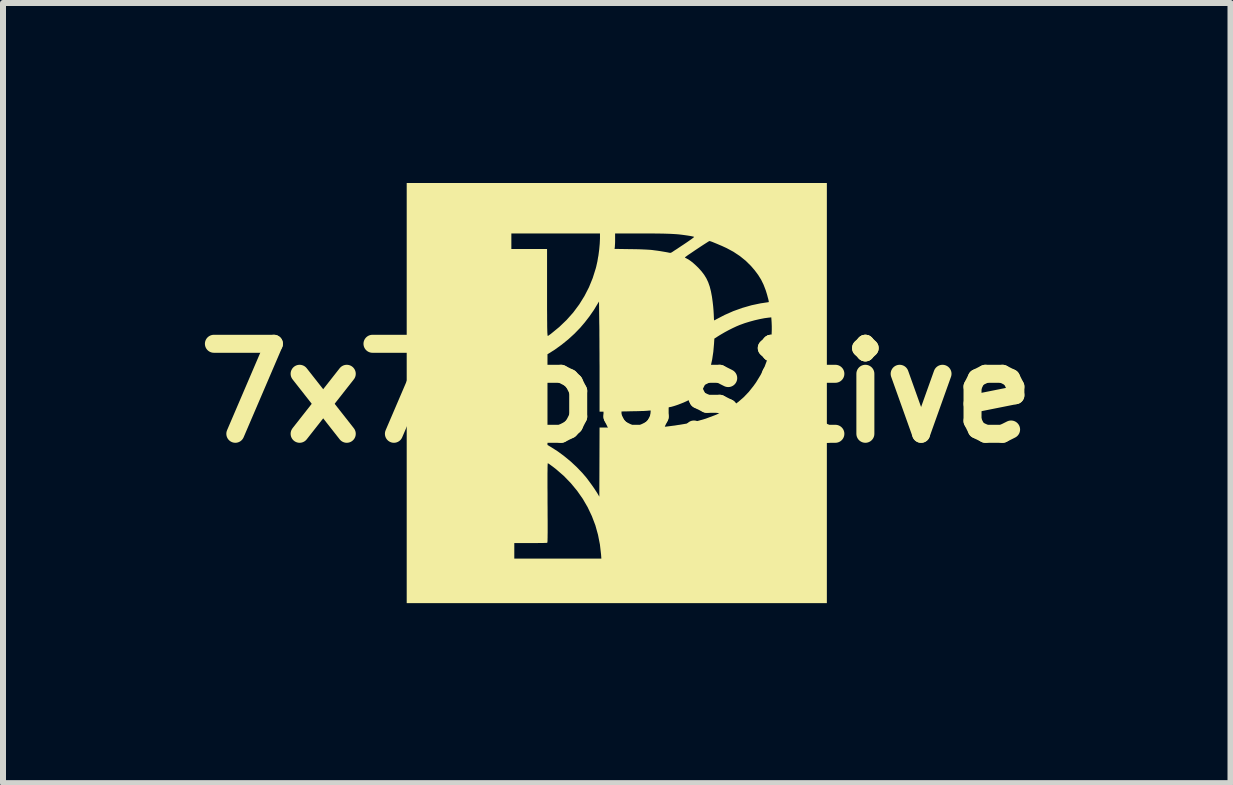
<source format=kicad_pcb>
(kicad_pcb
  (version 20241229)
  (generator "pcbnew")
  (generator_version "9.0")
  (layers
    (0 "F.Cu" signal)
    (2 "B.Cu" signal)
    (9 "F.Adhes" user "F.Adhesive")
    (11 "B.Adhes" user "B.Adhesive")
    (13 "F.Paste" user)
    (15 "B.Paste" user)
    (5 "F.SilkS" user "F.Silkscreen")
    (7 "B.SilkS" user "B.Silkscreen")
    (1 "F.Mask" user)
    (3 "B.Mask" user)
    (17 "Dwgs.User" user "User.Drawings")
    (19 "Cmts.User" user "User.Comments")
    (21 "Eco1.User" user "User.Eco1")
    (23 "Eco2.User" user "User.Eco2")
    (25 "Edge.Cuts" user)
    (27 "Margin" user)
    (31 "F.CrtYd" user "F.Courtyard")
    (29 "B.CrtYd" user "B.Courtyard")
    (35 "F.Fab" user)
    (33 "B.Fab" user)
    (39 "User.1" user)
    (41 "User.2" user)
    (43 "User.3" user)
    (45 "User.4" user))
  (footprint "7x7_positive"
    (layer "F.Cu")
    (at 7.229 3.501)
    (property "Reference" "7x7_positive" (at 0 0 0) (layer "F.SilkS") (effects (font (size 1.5 1.5) (thickness 0.3))))
    (attr board_only exclude_from_pos_files exclude_from_bom)
    (fp_poly (pts (xy 3.501 0) (xy 3.501 3.501) (xy 0 3.501) (xy -3.501 3.501) (xy -3.501 2.499) (xy -1.708 2.499) (xy -1.708 2.629) (xy -1.708 2.758) (xy -0.983 2.758) (xy -0.257 2.758) (xy -0.262 2.69) (xy -0.281 2.524) (xy -0.313 2.361) (xy -0.357 2.203) (xy -0.415 2.051) (xy -0.485 1.903) (xy -0.567 1.762) (xy -0.661 1.628) (xy -0.766 1.501) (xy -0.882 1.381) (xy -1.01 1.27) (xy -1.065 1.227) (xy -1.094 1.206) (xy -1.118 1.188) (xy -1.137 1.176) (xy -1.148 1.169) (xy -1.149 1.169) (xy -1.151 1.173) (xy -1.152 1.187) (xy -1.153 1.209) (xy -1.154 1.242) (xy -1.154 1.285) (xy -1.155 1.339) (xy -1.155 1.404) (xy -1.155 1.482) (xy -1.155 1.571) (xy -1.154 1.674) (xy -1.154 1.789) (xy -1.154 1.83) (xy -1.153 1.943) (xy -1.153 2.042) (xy -1.152 2.129) (xy -1.152 2.205) (xy -1.152 2.269) (xy -1.152 2.324) (xy -1.153 2.369) (xy -1.153 2.406) (xy -1.154 2.435) (xy -1.154 2.458) (xy -1.155 2.474) (xy -1.157 2.485) (xy -1.158 2.492) (xy -1.16 2.495) (xy -1.16 2.496) (xy -1.169 2.496) (xy -1.191 2.497) (xy -1.223 2.498) (xy -1.265 2.498) (xy -1.314 2.499) (xy -1.369 2.499) (xy -1.429 2.499) (xy -1.439 2.499) (xy -1.708 2.499) (xy -3.501 2.499) (xy -3.501 0) (xy -3.501 -0.648) (xy -1.155 -0.648) (xy -1.155 0.108) (xy -1.155 0.865) (xy -1.091 0.903) (xy -0.983 0.972) (xy -0.875 1.052) (xy -0.768 1.14) (xy -0.667 1.234) (xy -0.574 1.331) (xy -0.503 1.414) (xy -0.477 1.449) (xy -0.446 1.491) (xy -0.413 1.536) (xy -0.381 1.582) (xy -0.352 1.626) (xy -0.327 1.664) (xy -0.311 1.691) (xy -0.291 1.726) (xy -0.289 1.15) (xy -0.287 0.574) (xy 0.125 0.574) (xy 0.537 0.574) (xy 0.538 0.561) (xy 0.796 0.561) (xy 0.837 0.557) (xy 0.86 0.554) (xy 0.892 0.55) (xy 0.93 0.545) (xy 0.971 0.54) (xy 0.982 0.538) (xy 1.156 0.51) (xy 1.324 0.472) (xy 1.483 0.426) (xy 1.632 0.37) (xy 1.695 0.343) (xy 1.816 0.283) (xy 1.926 0.219) (xy 2.025 0.147) (xy 2.116 0.068) (xy 2.2 -0.02) (xy 2.279 -0.119) (xy 2.323 -0.181) (xy 2.399 -0.306) (xy 2.463 -0.438) (xy 2.514 -0.575) (xy 2.552 -0.718) (xy 2.566 -0.791) (xy 2.571 -0.83) (xy 2.576 -0.879) (xy 2.579 -0.936) (xy 2.581 -0.996) (xy 2.583 -1.057) (xy 2.583 -1.115) (xy 2.581 -1.166) (xy 2.58 -1.186) (xy 2.575 -1.262) (xy 2.528 -1.257) (xy 2.46 -1.248) (xy 2.383 -1.233) (xy 2.3 -1.214) (xy 2.216 -1.191) (xy 2.134 -1.166) (xy 2.057 -1.138) (xy 2.051 -1.136) (xy 1.996 -1.113) (xy 1.932 -1.083) (xy 1.866 -1.05) (xy 1.801 -1.015) (xy 1.741 -0.98) (xy 1.706 -0.959) (xy 1.626 -0.908) (xy 1.621 -0.827) (xy 1.609 -0.689) (xy 1.59 -0.562) (xy 1.564 -0.443) (xy 1.529 -0.331) (xy 1.486 -0.225) (xy 1.464 -0.179) (xy 1.428 -0.109) (xy 1.392 -0.051) (xy 1.354 -0.002) (xy 1.313 0.039) (xy 1.267 0.075) (xy 1.212 0.109) (xy 1.159 0.137) (xy 1.112 0.158) (xy 1.059 0.179) (xy 1.005 0.199) (xy 0.954 0.216) (xy 0.908 0.229) (xy 0.875 0.235) (xy 0.856 0.24) (xy 0.846 0.248) (xy 0.84 0.265) (xy 0.834 0.294) (xy 0.826 0.332) (xy 0.819 0.376) (xy 0.811 0.422) (xy 0.805 0.464) (xy 0.801 0.499) (xy 0.801 0.505) (xy 0.796 0.561) (xy 0.538 0.561) (xy 0.545 0.489) (xy 0.55 0.449) (xy 0.555 0.407) (xy 0.56 0.37) (xy 0.564 0.348) (xy 0.568 0.322) (xy 0.571 0.302) (xy 0.572 0.291) (xy 0.572 0.29) (xy 0.565 0.29) (xy 0.547 0.291) (xy 0.521 0.293) (xy 0.504 0.295) (xy 0.484 0.296) (xy 0.451 0.298) (xy 0.408 0.299) (xy 0.356 0.301) (xy 0.296 0.302) (xy 0.231 0.303) (xy 0.161 0.305) (xy 0.089 0.306) (xy 0.075 0.306) (xy -0.287 0.31) (xy -0.287 -0.246) (xy -0.287 -0.345) (xy -0.287 -0.449) (xy -0.288 -0.555) (xy -0.288 -0.662) (xy -0.289 -0.767) (xy -0.289 -0.868) (xy -0.29 -0.963) (xy -0.29 -1.05) (xy -0.291 -1.126) (xy -0.292 -1.164) (xy -0.296 -1.526) (xy -0.314 -1.497) (xy -0.381 -1.386) (xy -0.456 -1.278) (xy -0.534 -1.177) (xy -0.609 -1.089) (xy -0.705 -0.99) (xy -0.809 -0.895) (xy -0.919 -0.806) (xy -1.031 -0.725) (xy -1.132 -0.661) (xy -1.155 -0.648) (xy -3.501 -0.648) (xy -3.501 -2.531) (xy -1.757 -2.531) (xy -1.757 -2.401) (xy -1.46 -2.401) (xy -1.162 -2.401) (xy -1.162 -1.724) (xy -1.162 -1.6) (xy -1.162 -1.49) (xy -1.162 -1.392) (xy -1.161 -1.306) (xy -1.161 -1.232) (xy -1.16 -1.168) (xy -1.16 -1.114) (xy -1.159 -1.069) (xy -1.158 -1.032) (xy -1.157 -1.003) (xy -1.155 -0.982) (xy -1.154 -0.967) (xy -1.152 -0.957) (xy -1.15 -0.953) (xy -1.149 -0.952) (xy -1.142 -0.956) (xy -1.126 -0.967) (xy -1.105 -0.982) (xy -1.092 -0.992) (xy -0.958 -1.102) (xy -0.836 -1.219) (xy -0.725 -1.344) (xy -0.626 -1.477) (xy -0.539 -1.617) (xy -0.464 -1.763) (xy -0.401 -1.917) (xy -0.351 -2.076) (xy -0.343 -2.106) (xy -0.323 -2.195) (xy -0.312 -2.262) (xy 1.136 -2.262) (xy 1.14 -2.256) (xy 1.154 -2.248) (xy 1.164 -2.243) (xy 1.197 -2.225) (xy 1.236 -2.198) (xy 1.278 -2.164) (xy 1.322 -2.124) (xy 1.362 -2.085) (xy 1.414 -2.027) (xy 1.458 -1.969) (xy 1.494 -1.91) (xy 1.524 -1.846) (xy 1.549 -1.775) (xy 1.569 -1.696) (xy 1.586 -1.606) (xy 1.589 -1.585) (xy 1.598 -1.519) (xy 1.606 -1.449) (xy 1.612 -1.379) (xy 1.616 -1.313) (xy 1.618 -1.265) (xy 1.619 -1.24) (xy 1.621 -1.221) (xy 1.623 -1.212) (xy 1.624 -1.211) (xy 1.632 -1.215) (xy 1.647 -1.223) (xy 1.659 -1.23) (xy 1.797 -1.302) (xy 1.942 -1.366) (xy 2.093 -1.42) (xy 2.246 -1.464) (xy 2.398 -1.496) (xy 2.447 -1.503) (xy 2.479 -1.508) (xy 2.507 -1.512) (xy 2.526 -1.515) (xy 2.533 -1.517) (xy 2.534 -1.517) (xy 2.533 -1.524) (xy 2.53 -1.543) (xy 2.524 -1.569) (xy 2.515 -1.601) (xy 2.506 -1.636) (xy 2.495 -1.672) (xy 2.485 -1.705) (xy 2.48 -1.719) (xy 2.446 -1.807) (xy 2.406 -1.889) (xy 2.357 -1.968) (xy 2.298 -2.047) (xy 2.236 -2.119) (xy 2.149 -2.205) (xy 2.051 -2.284) (xy 1.944 -2.355) (xy 1.831 -2.416) (xy 1.794 -2.433) (xy 1.753 -2.452) (xy 1.71 -2.47) (xy 1.668 -2.488) (xy 1.629 -2.504) (xy 1.595 -2.518) (xy 1.568 -2.528) (xy 1.55 -2.533) (xy 1.545 -2.534) (xy 1.537 -2.531) (xy 1.519 -2.52) (xy 1.494 -2.504) (xy 1.461 -2.483) (xy 1.424 -2.459) (xy 1.383 -2.432) (xy 1.341 -2.404) (xy 1.299 -2.376) (xy 1.258 -2.348) (xy 1.221 -2.323) (xy 1.188 -2.301) (xy 1.162 -2.282) (xy 1.144 -2.269) (xy 1.136 -2.263) (xy 1.136 -2.262) (xy -0.312 -2.262) (xy -0.306 -2.292) (xy -0.293 -2.392) (xy -0.292 -2.403) (xy -0.037 -2.403) (xy 0.228 -2.399) (xy 0.314 -2.398) (xy 0.392 -2.396) (xy 0.46 -2.393) (xy 0.517 -2.39) (xy 0.563 -2.387) (xy 0.585 -2.385) (xy 0.629 -2.379) (xy 0.676 -2.373) (xy 0.724 -2.366) (xy 0.771 -2.358) (xy 0.812 -2.351) (xy 0.846 -2.345) (xy 0.869 -2.34) (xy 0.872 -2.339) (xy 0.894 -2.337) (xy 0.907 -2.341) (xy 0.916 -2.346) (xy 0.935 -2.358) (xy 0.963 -2.377) (xy 0.998 -2.399) (xy 1.038 -2.426) (xy 1.083 -2.456) (xy 1.109 -2.473) (xy 1.167 -2.512) (xy 1.213 -2.544) (xy 1.247 -2.568) (xy 1.271 -2.586) (xy 1.285 -2.598) (xy 1.288 -2.604) (xy 1.288 -2.604) (xy 1.276 -2.608) (xy 1.253 -2.613) (xy 1.221 -2.619) (xy 1.183 -2.625) (xy 1.142 -2.631) (xy 1.099 -2.637) (xy 1.082 -2.639) (xy 1.041 -2.644) (xy 0.997 -2.648) (xy 0.948 -2.651) (xy 0.894 -2.654) (xy 0.833 -2.656) (xy 0.765 -2.658) (xy 0.687 -2.659) (xy 0.598 -2.66) (xy 0.498 -2.66) (xy 0.392 -2.66) (xy -0.028 -2.66) (xy -0.028 -2.568) (xy -0.028 -2.529) (xy -0.029 -2.492) (xy -0.031 -2.461) (xy -0.032 -2.44) (xy -0.032 -2.439) (xy -0.037 -2.403) (xy -0.292 -2.403) (xy -0.284 -2.49) (xy -0.28 -2.581) (xy -0.28 -2.602) (xy -0.28 -2.66) (xy -1.019 -2.66) (xy -1.757 -2.66) (xy -1.757 -2.531) (xy -3.501 -2.531) (xy -3.501 -3.501) (xy 0 -3.501) (xy 3.501 -3.501)) (stroke (width 0) (type solid)) (fill yes) (layer "F.SilkS")))
  (gr_rect
    (start -3 -3)
    (end 17.457 10.001)
    (stroke (width 0.1) (type default))
    (fill no)
    (layer "Edge.Cuts")))
</source>
